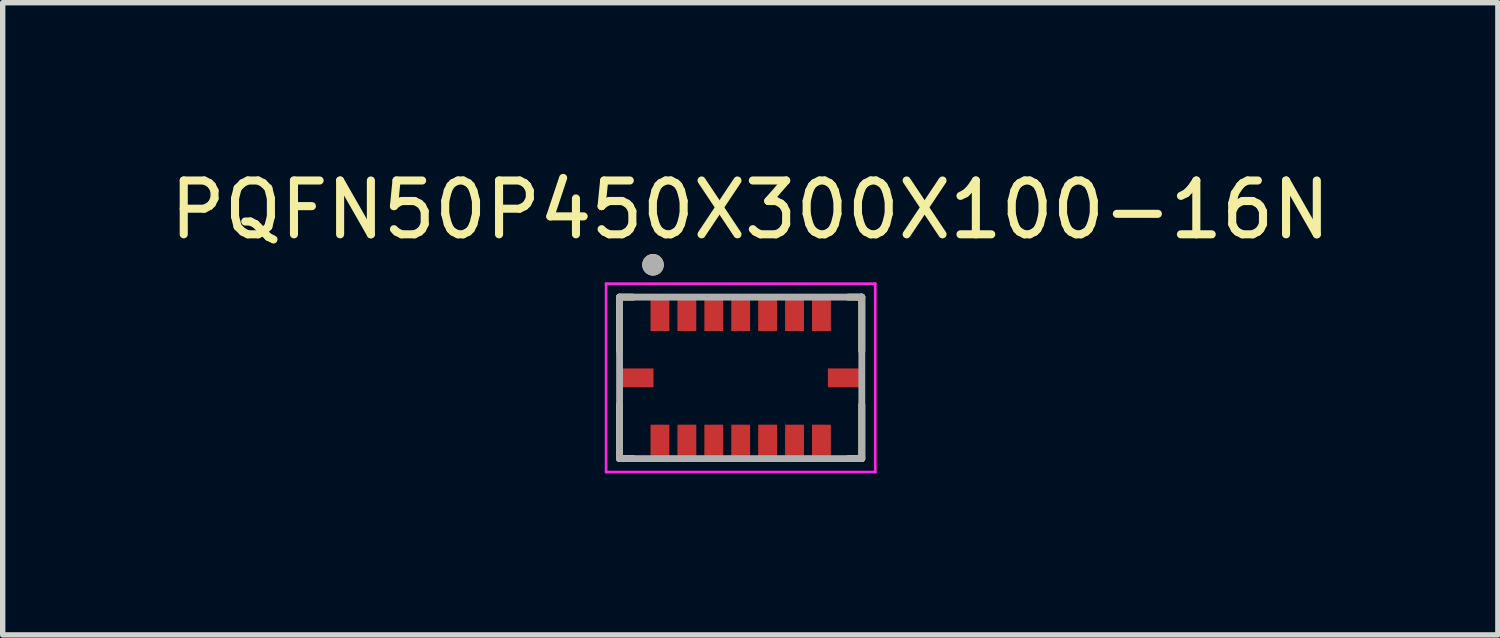
<source format=kicad_pcb>
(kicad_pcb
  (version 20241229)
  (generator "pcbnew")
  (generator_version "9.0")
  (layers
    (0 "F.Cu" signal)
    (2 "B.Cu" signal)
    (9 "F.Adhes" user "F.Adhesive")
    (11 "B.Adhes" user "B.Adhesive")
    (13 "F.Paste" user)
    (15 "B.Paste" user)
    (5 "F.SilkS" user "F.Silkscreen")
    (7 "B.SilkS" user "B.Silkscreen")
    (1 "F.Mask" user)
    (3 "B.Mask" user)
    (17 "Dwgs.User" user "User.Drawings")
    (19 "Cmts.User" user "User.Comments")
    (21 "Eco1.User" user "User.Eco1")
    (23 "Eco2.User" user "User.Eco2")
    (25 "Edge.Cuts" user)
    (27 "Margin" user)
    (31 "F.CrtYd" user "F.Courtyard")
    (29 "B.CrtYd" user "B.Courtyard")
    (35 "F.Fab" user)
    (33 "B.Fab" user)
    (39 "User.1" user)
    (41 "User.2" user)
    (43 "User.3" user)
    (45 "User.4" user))
  (footprint "PQFN50P450X300X100-16N"
    (layer "F.Cu")
    (at 10.709 3.969)
    (property "Reference" "PQFN50P450X300X100-16N" (at 0.178 -3.121 0) (layer "F.SilkS") (effects (font (size 1 1) (thickness 0.15))))
    (attr through_hole)
    (fp_line (start -2.25 -1.5) (end -2 -1.5) (stroke (width 0.127) (type solid)) (layer "F.SilkS"))
    (fp_line (start -2.25 -0.5) (end -2.25 -1.5) (stroke (width 0.127) (type solid)) (layer "F.SilkS"))
    (fp_line (start -2.25 1.5) (end -2.25 0.5) (stroke (width 0.127) (type solid)) (layer "F.SilkS"))
    (fp_line (start -2 1.5) (end -2.25 1.5) (stroke (width 0.127) (type solid)) (layer "F.SilkS"))
    (fp_line (start 2.25 -1.5) (end 2 -1.5) (stroke (width 0.127) (type solid)) (layer "F.SilkS"))
    (fp_line (start 2.25 -0.5) (end 2.25 -1.5) (stroke (width 0.127) (type solid)) (layer "F.SilkS"))
    (fp_line (start 2.25 0.5) (end 2.25 1.5) (stroke (width 0.127) (type solid)) (layer "F.SilkS"))
    (fp_line (start 2.25 1.5) (end 2 1.5) (stroke (width 0.127) (type solid)) (layer "F.SilkS"))
    (fp_circle (center -1.629 -2.1) (end -1.529 -2.1) (stroke (width 0.2) (type solid)) (fill no) (layer "F.SilkS"))
    (fp_line (start -2.5 -1.75) (end 2.5 -1.75) (stroke (width 0.05) (type solid)) (layer "F.CrtYd"))
    (fp_line (start -2.5 1.75) (end -2.5 -1.75) (stroke (width 0.05) (type solid)) (layer "F.CrtYd"))
    (fp_line (start 2.5 -1.75) (end 2.5 1.75) (stroke (width 0.05) (type solid)) (layer "F.CrtYd"))
    (fp_line (start 2.5 1.75) (end -2.5 1.75) (stroke (width 0.05) (type solid)) (layer "F.CrtYd"))
    (fp_line (start -2.25 -1.5) (end 2.25 -1.5) (stroke (width 0.127) (type solid)) (layer "F.Fab"))
    (fp_line (start -2.25 1.5) (end -2.25 -1.5) (stroke (width 0.127) (type solid)) (layer "F.Fab"))
    (fp_line (start 2.25 -1.5) (end 2.25 1.5) (stroke (width 0.127) (type solid)) (layer "F.Fab"))
    (fp_line (start 2.25 1.5) (end -2.25 1.5) (stroke (width 0.127) (type solid)) (layer "F.Fab"))
    (fp_circle (center -1.629 -2.1) (end -1.529 -2.1) (stroke (width 0.2) (type solid)) (fill no) (layer "F.Fab"))
    (pad "1" smd rect (at -1.5 -1.165 270) (size 0.59 0.35) (layers "F.Cu" "F.Mask" "F.Paste"))
    (pad "2" smd rect (at -1 -1.165 270) (size 0.59 0.35) (layers "F.Cu" "F.Mask" "F.Paste"))
    (pad "3" smd rect (at -0.5 -1.165 270) (size 0.59 0.35) (layers "F.Cu" "F.Mask" "F.Paste"))
    (pad "4" smd rect (at 0 -1.165 270) (size 0.59 0.35) (layers "F.Cu" "F.Mask" "F.Paste"))
    (pad "5" smd rect (at 0.5 -1.165 270) (size 0.59 0.35) (layers "F.Cu" "F.Mask" "F.Paste"))
    (pad "6" smd rect (at 1 -1.165 270) (size 0.59 0.35) (layers "F.Cu" "F.Mask" "F.Paste"))
    (pad "7" smd rect (at 1.5 -1.165 270) (size 0.59 0.35) (layers "F.Cu" "F.Mask" "F.Paste"))
    (pad "8" smd rect (at 1.915 0 180) (size 0.59 0.35) (layers "F.Cu" "F.Mask" "F.Paste"))
    (pad "9" smd rect (at 1.5 1.165 90) (size 0.59 0.35) (layers "F.Cu" "F.Mask" "F.Paste"))
    (pad "10" smd rect (at 1 1.165 90) (size 0.59 0.35) (layers "F.Cu" "F.Mask" "F.Paste"))
    (pad "11" smd rect (at 0.5 1.165 90) (size 0.59 0.35) (layers "F.Cu" "F.Mask" "F.Paste"))
    (pad "12" smd rect (at 0 1.165 90) (size 0.59 0.35) (layers "F.Cu" "F.Mask" "F.Paste"))
    (pad "13" smd rect (at -0.5 1.165 90) (size 0.59 0.35) (layers "F.Cu" "F.Mask" "F.Paste"))
    (pad "14" smd rect (at -1 1.165 90) (size 0.59 0.35) (layers "F.Cu" "F.Mask" "F.Paste"))
    (pad "15" smd rect (at -1.5 1.165 90) (size 0.59 0.35) (layers "F.Cu" "F.Mask" "F.Paste"))
    (pad "16" smd rect (at -1.915 0) (size 0.59 0.35) (layers "F.Cu" "F.Mask" "F.Paste")))
  (gr_rect
    (start -3 -3)
    (end 24.774 8.744)
    (stroke (width 0.1) (type default))
    (fill no)
    (layer "Edge.Cuts")))
</source>
